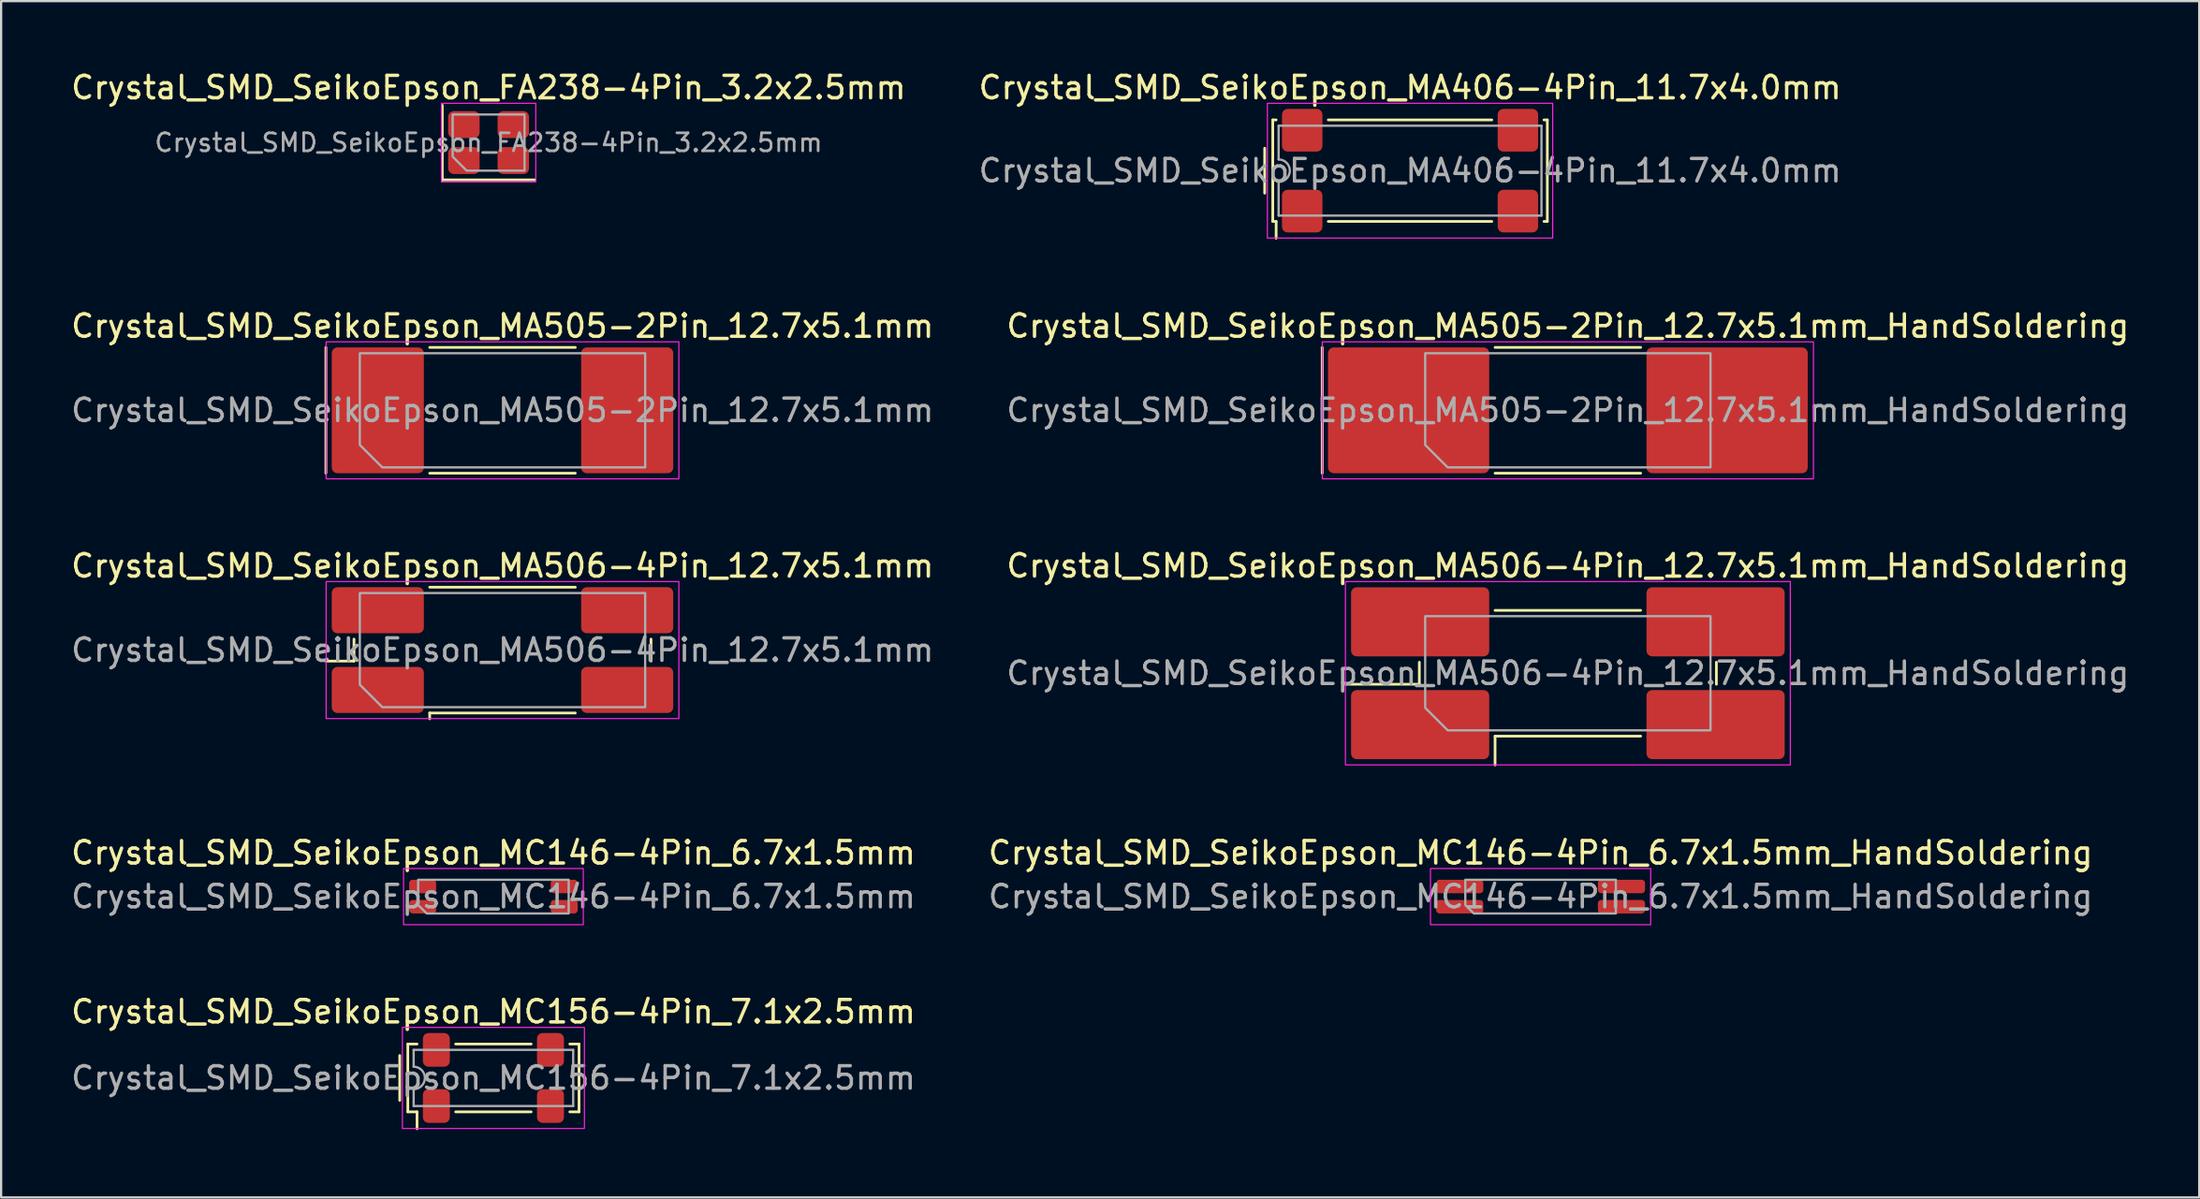
<source format=kicad_pcb>
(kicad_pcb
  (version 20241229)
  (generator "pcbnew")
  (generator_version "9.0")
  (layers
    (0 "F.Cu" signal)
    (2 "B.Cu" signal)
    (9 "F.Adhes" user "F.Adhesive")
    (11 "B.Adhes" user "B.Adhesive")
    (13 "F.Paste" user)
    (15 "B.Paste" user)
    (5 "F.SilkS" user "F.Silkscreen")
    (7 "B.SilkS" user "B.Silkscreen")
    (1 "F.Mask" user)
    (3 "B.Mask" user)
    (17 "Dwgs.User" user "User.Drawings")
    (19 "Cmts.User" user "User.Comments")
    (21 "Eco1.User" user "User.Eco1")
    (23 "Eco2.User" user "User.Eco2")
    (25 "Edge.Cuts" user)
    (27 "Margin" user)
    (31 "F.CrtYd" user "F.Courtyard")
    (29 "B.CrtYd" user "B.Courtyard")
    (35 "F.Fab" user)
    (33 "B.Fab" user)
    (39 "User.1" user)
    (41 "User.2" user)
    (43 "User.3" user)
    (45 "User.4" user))
  (footprint "Crystal_SMD_SeikoEpson_MA506-4Pin_12.7x5.1mm"
    (layer "F.Cu")
    (at 19.315 25.89)
    (property "Reference" "Crystal_SMD_SeikoEpson_MA506-4Pin_12.7x5.1mm" (at 0 -3.75 0) (layer "F.SilkS") (effects (font (size 1 1) (thickness 0.15))))
    (attr smd)
    (fp_line (start -7.86 0.49) (end -6.61 0.49) (stroke (width 0.12) (type solid)) (layer "F.SilkS"))
    (fp_line (start -6.61 0.49) (end -6.61 -0.49) (stroke (width 0.12) (type solid)) (layer "F.SilkS"))
    (fp_line (start -3.24 -2.8) (end 3.24 -2.8) (stroke (width 0.12) (type solid)) (layer "F.SilkS"))
    (fp_line (start -3.24 2.8) (end -3.24 3.06) (stroke (width 0.12) (type solid)) (layer "F.SilkS"))
    (fp_line (start 3.24 2.8) (end -3.24 2.8) (stroke (width 0.12) (type solid)) (layer "F.SilkS"))
    (fp_line (start 6.61 -0.49) (end 6.61 0.49) (stroke (width 0.12) (type solid)) (layer "F.SilkS"))
    (fp_rect (start -7.85 -3.05) (end 7.85 3.05) (stroke (width 0.05) (type solid)) (fill no) (layer "F.CrtYd"))
    (fp_poly (pts (xy -6.35 -2.54) (xy -6.35 1.54) (xy -5.35 2.54) (xy 6.35 2.54) (xy 6.35 -2.54)) (stroke (width 0.1) (type solid)) (fill no) (layer "F.Fab"))
    (fp_text user "${REFERENCE}" (at 0 0 0) (layer "F.Fab") (effects (font (size 1 1) (thickness 0.15))))
    (pad "1" smd roundrect (at -5.55 1.775) (size 4.1 2.05) (layers "F.Cu" "F.Mask" "F.Paste") (roundrect_rratio 0.122))
    (pad "2" smd roundrect (at 5.55 1.775) (size 4.1 2.05) (layers "F.Cu" "F.Mask" "F.Paste") (roundrect_rratio 0.122))
    (pad "3" smd roundrect (at 5.55 -1.775) (size 4.1 2.05) (layers "F.Cu" "F.Mask" "F.Paste") (roundrect_rratio 0.122))
    (pad "4" smd roundrect (at -5.55 -1.775) (size 4.1 2.05) (layers "F.Cu" "F.Mask" "F.Paste") (roundrect_rratio 0.122)))
  (footprint "Crystal_SMD_SeikoEpson_MC146-4Pin_6.7x1.5mm"
    (layer "F.Cu")
    (at 18.911 36.863)
    (property "Reference" "Crystal_SMD_SeikoEpson_MC146-4Pin_6.7x1.5mm" (at 0 -1.95 0) (layer "F.SilkS") (effects (font (size 1 1) (thickness 0.15))))
    (attr smd)
    (fp_rect (start -4 -1.25) (end 4 1.25) (stroke (width 0.05) (type solid)) (fill no) (layer "F.CrtYd"))
    (fp_poly (pts (xy -3.35 -0.75) (xy -3.35 0.375) (xy -2.975 0.75) (xy 3.35 0.75) (xy 3.35 -0.75)) (stroke (width 0.1) (type solid)) (fill no) (layer "F.Fab"))
    (fp_text user "${REFERENCE}" (at 0 0 0) (layer "F.Fab") (effects (font (size 1 1) (thickness 0.15))))
    (pad "1" smd roundrect (at -3.15 0.45) (size 1.2 0.6) (layers "F.Cu" "F.Mask" "F.Paste") (roundrect_rratio 0.25))
    (pad "2" smd roundrect (at 3.15 0.45) (size 1.2 0.6) (layers "F.Cu" "F.Mask" "F.Paste") (roundrect_rratio 0.25))
    (pad "3" smd roundrect (at 3.15 -0.45) (size 1.2 0.6) (layers "F.Cu" "F.Mask" "F.Paste") (roundrect_rratio 0.25))
    (pad "4" smd roundrect (at -3.15 -0.45) (size 1.2 0.6) (layers "F.Cu" "F.Mask" "F.Paste") (roundrect_rratio 0.25)))
  (footprint "Crystal_SMD_SeikoEpson_MA505-2Pin_12.7x5.1mm_HandSoldering"
    (layer "F.Cu")
    (at 66.732 15.216)
    (property "Reference" "Crystal_SMD_SeikoEpson_MA505-2Pin_12.7x5.1mm_HandSoldering" (at 0 -3.75 0) (layer "F.SilkS") (effects (font (size 1 1) (thickness 0.15))))
    (attr smd)
    (fp_line (start -10.935 -2.8) (end -10.935 2.8) (stroke (width 0.12) (type solid)) (layer "F.SilkS"))
    (fp_line (start -3.24 -2.8) (end 3.24 -2.8) (stroke (width 0.12) (type solid)) (layer "F.SilkS"))
    (fp_line (start -3.24 2.8) (end 3.24 2.8) (stroke (width 0.12) (type solid)) (layer "F.SilkS"))
    (fp_rect (start -10.93 -3.05) (end 10.93 3.05) (stroke (width 0.05) (type solid)) (fill no) (layer "F.CrtYd"))
    (fp_poly (pts (xy -6.35 -2.54) (xy -6.35 1.54) (xy -5.35 2.54) (xy 6.35 2.54) (xy 6.35 -2.54)) (stroke (width 0.1) (type solid)) (fill no) (layer "F.Fab"))
    (fp_text user "${REFERENCE}" (at 0 0 0) (layer "F.Fab") (effects (font (size 1 1) (thickness 0.15))))
    (pad "1" smd roundrect (at -7.088 0) (size 7.175 5.6) (layers "F.Cu" "F.Mask" "F.Paste") (roundrect_rratio 0.045))
    (pad "2" smd roundrect (at 7.088 0) (size 7.175 5.6) (layers "F.Cu" "F.Mask" "F.Paste") (roundrect_rratio 0.045)))
  (footprint "Crystal_SMD_SeikoEpson_MC156-4Pin_7.1x2.5mm"
    (layer "F.Cu")
    (at 18.911 44.936)
    (property "Reference" "Crystal_SMD_SeikoEpson_MC156-4Pin_7.1x2.5mm" (at 0 -2.95 0) (layer "F.SilkS") (effects (font (size 1 1) (thickness 0.15))))
    (attr smd)
    (fp_line (start -4.17 1) (end -4.17 -1) (stroke (width 0.12) (type solid)) (layer "F.SilkS"))
    (fp_line (start -3.81 -1.51) (end -3.4 -1.51) (stroke (width 0.12) (type solid)) (layer "F.SilkS"))
    (fp_line (start -3.81 1.51) (end -3.81 -1.51) (stroke (width 0.12) (type solid)) (layer "F.SilkS"))
    (fp_line (start -3.4 1.51) (end -3.81 1.51) (stroke (width 0.12) (type solid)) (layer "F.SilkS"))
    (fp_line (start -3.4 2.26) (end -3.4 1.51) (stroke (width 0.12) (type solid)) (layer "F.SilkS"))
    (fp_line (start -1.68 -1.51) (end 1.68 -1.51) (stroke (width 0.12) (type solid)) (layer "F.SilkS"))
    (fp_line (start 1.68 1.51) (end -1.68 1.51) (stroke (width 0.12) (type solid)) (layer "F.SilkS"))
    (fp_line (start 3.4 -1.51) (end 3.81 -1.51) (stroke (width 0.12) (type solid)) (layer "F.SilkS"))
    (fp_line (start 3.81 -1.51) (end 3.81 1.51) (stroke (width 0.12) (type solid)) (layer "F.SilkS"))
    (fp_line (start 3.81 1.51) (end 3.4 1.51) (stroke (width 0.12) (type solid)) (layer "F.SilkS"))
    (fp_rect (start -4.05 -2.25) (end 4.05 2.25) (stroke (width 0.05) (type solid)) (fill no) (layer "F.CrtYd"))
    (fp_line (start -3.55 -1.25) (end 3.55 -1.25) (stroke (width 0.1) (type solid)) (layer "F.Fab"))
    (fp_line (start -3.55 -0.5) (end -3.55 -1.25) (stroke (width 0.1) (type solid)) (layer "F.Fab"))
    (fp_line (start -3.55 1.25) (end -3.55 0.5) (stroke (width 0.1) (type solid)) (layer "F.Fab"))
    (fp_line (start 3.55 -1.25) (end 3.55 1.25) (stroke (width 0.1) (type solid)) (layer "F.Fab"))
    (fp_line (start 3.55 1.25) (end -3.55 1.25) (stroke (width 0.1) (type solid)) (layer "F.Fab"))
    (fp_arc (start -3.55 -0.5) (mid -3.05 0) (end -3.55 0.5) (stroke (width 0.1) (type solid)) (layer "F.Fab"))
    (fp_text user "${REFERENCE}" (at 0 0 0) (layer "F.Fab") (effects (font (size 1 1) (thickness 0.15))))
    (pad "1" smd roundrect (at -2.54 1.25) (size 1.2 1.5) (layers "F.Cu" "F.Mask" "F.Paste") (roundrect_rratio 0.208))
    (pad "2" smd roundrect (at 2.54 1.25) (size 1.2 1.5) (layers "F.Cu" "F.Mask" "F.Paste") (roundrect_rratio 0.208))
    (pad "3" smd roundrect (at 2.54 -1.25) (size 1.2 1.5) (layers "F.Cu" "F.Mask" "F.Paste") (roundrect_rratio 0.208))
    (pad "4" smd roundrect (at -2.54 -1.25) (size 1.2 1.5) (layers "F.Cu" "F.Mask" "F.Paste") (roundrect_rratio 0.208)))
  (footprint "Crystal_SMD_SeikoEpson_FA238-4Pin_3.2x2.5mm"
    (layer "F.Cu")
    (at 18.696 3.298)
    (property "Reference" "Crystal_SMD_SeikoEpson_FA238-4Pin_3.2x2.5mm" (at 0 -2.45 0) (layer "F.SilkS") (effects (font (size 1 1) (thickness 0.15))))
    (attr smd)
    (fp_line (start -2.06 -1.66) (end -2.06 1.66) (stroke (width 0.12) (type solid)) (layer "F.SilkS"))
    (fp_line (start -2.06 1.66) (end 2.06 1.66) (stroke (width 0.12) (type solid)) (layer "F.SilkS"))
    (fp_rect (start -2.1 -1.75) (end 2.1 1.75) (stroke (width 0.05) (type solid)) (fill no) (layer "F.CrtYd"))
    (fp_poly (pts (xy -1.6 -1.25) (xy -1.6 0.625) (xy -0.975 1.25) (xy 1.6 1.25) (xy 1.6 -1.25)) (stroke (width 0.1) (type solid)) (fill no) (layer "F.Fab"))
    (fp_text user "${REFERENCE}" (at 0 0 0) (layer "F.Fab") (effects (font (size 0.8 0.8) (thickness 0.12))))
    (pad "1" smd roundrect (at -1.1 0.8) (size 1.4 1.2) (layers "F.Cu" "F.Mask" "F.Paste") (roundrect_rratio 0.208))
    (pad "2" smd roundrect (at 1.1 0.8) (size 1.4 1.2) (layers "F.Cu" "F.Mask" "F.Paste") (roundrect_rratio 0.208))
    (pad "3" smd roundrect (at 1.1 -0.8) (size 1.4 1.2) (layers "F.Cu" "F.Mask" "F.Paste") (roundrect_rratio 0.208))
    (pad "4" smd roundrect (at -1.1 -0.8) (size 1.4 1.2) (layers "F.Cu" "F.Mask" "F.Paste") (roundrect_rratio 0.208)))
  (footprint "Crystal_SMD_SeikoEpson_MA506-4Pin_12.7x5.1mm_HandSoldering"
    (layer "F.Cu")
    (at 66.732 26.92)
    (property "Reference" "Crystal_SMD_SeikoEpson_MA506-4Pin_12.7x5.1mm_HandSoldering" (at 0 -4.78 0) (layer "F.SilkS") (effects (font (size 1 1) (thickness 0.15))))
    (attr smd)
    (fp_line (start -9.91 0.49) (end -6.61 0.49) (stroke (width 0.12) (type solid)) (layer "F.SilkS"))
    (fp_line (start -6.61 0.49) (end -6.61 -0.49) (stroke (width 0.12) (type solid)) (layer "F.SilkS"))
    (fp_line (start -3.24 -2.8) (end 3.24 -2.8) (stroke (width 0.12) (type solid)) (layer "F.SilkS"))
    (fp_line (start -3.24 2.8) (end -3.24 4.085) (stroke (width 0.12) (type solid)) (layer "F.SilkS"))
    (fp_line (start 3.24 2.8) (end -3.24 2.8) (stroke (width 0.12) (type solid)) (layer "F.SilkS"))
    (fp_line (start 6.61 -0.49) (end 6.61 0.49) (stroke (width 0.12) (type solid)) (layer "F.SilkS"))
    (fp_rect (start -9.9 -4.08) (end 9.9 4.08) (stroke (width 0.05) (type solid)) (fill no) (layer "F.CrtYd"))
    (fp_poly (pts (xy -6.35 -2.54) (xy -6.35 1.54) (xy -5.35 2.54) (xy 6.35 2.54) (xy 6.35 -2.54)) (stroke (width 0.1) (type solid)) (fill no) (layer "F.Fab"))
    (fp_text user "${REFERENCE}" (at 0 0 0) (layer "F.Fab") (effects (font (size 1 1) (thickness 0.15))))
    (pad "1" smd roundrect (at -6.575 2.288) (size 6.15 3.075) (layers "F.Cu" "F.Mask" "F.Paste") (roundrect_rratio 0.081))
    (pad "2" smd roundrect (at 6.575 2.288) (size 6.15 3.075) (layers "F.Cu" "F.Mask" "F.Paste") (roundrect_rratio 0.081))
    (pad "3" smd roundrect (at 6.575 -2.288) (size 6.15 3.075) (layers "F.Cu" "F.Mask" "F.Paste") (roundrect_rratio 0.081))
    (pad "4" smd roundrect (at -6.575 -2.288) (size 6.15 3.075) (layers "F.Cu" "F.Mask" "F.Paste") (roundrect_rratio 0.081)))
  (footprint "Crystal_SMD_SeikoEpson_MC146-4Pin_6.7x1.5mm_HandSoldering"
    (layer "F.Cu")
    (at 65.518 36.863)
    (property "Reference" "Crystal_SMD_SeikoEpson_MC146-4Pin_6.7x1.5mm_HandSoldering" (at 0 -1.95 0) (layer "F.SilkS") (effects (font (size 1 1) (thickness 0.15))))
    (attr smd)
    (fp_rect (start -4.9 -1.25) (end 4.9 1.25) (stroke (width 0.05) (type solid)) (fill no) (layer "F.CrtYd"))
    (fp_poly (pts (xy -3.35 -0.75) (xy -3.35 0.375) (xy -2.975 0.75) (xy 3.35 0.75) (xy 3.35 -0.75)) (stroke (width 0.1) (type solid)) (fill no) (layer "F.Fab"))
    (fp_text user "${REFERENCE}" (at 0 0 0) (layer "F.Fab") (effects (font (size 1 1) (thickness 0.15))))
    (pad "1" smd roundrect (at -3.6 0.45) (size 2.1 0.6) (layers "F.Cu" "F.Mask" "F.Paste") (roundrect_rratio 0.25))
    (pad "2" smd roundrect (at 3.6 0.45) (size 2.1 0.6) (layers "F.Cu" "F.Mask" "F.Paste") (roundrect_rratio 0.25))
    (pad "3" smd roundrect (at 3.6 -0.45) (size 2.1 0.6) (layers "F.Cu" "F.Mask" "F.Paste") (roundrect_rratio 0.25))
    (pad "4" smd roundrect (at -3.6 -0.45) (size 2.1 0.6) (layers "F.Cu" "F.Mask" "F.Paste") (roundrect_rratio 0.25)))
  (footprint "Crystal_SMD_SeikoEpson_MA406-4Pin_11.7x4.0mm"
    (layer "F.Cu")
    (at 59.708 4.548)
    (property "Reference" "Crystal_SMD_SeikoEpson_MA406-4Pin_11.7x4.0mm" (at 0 -3.7 0) (layer "F.SilkS") (effects (font (size 1 1) (thickness 0.15))))
    (attr smd)
    (fp_line (start -6.47 1) (end -6.47 -1) (stroke (width 0.12) (type solid)) (layer "F.SilkS"))
    (fp_line (start -6.11 -2.26) (end -5.96 -2.26) (stroke (width 0.12) (type solid)) (layer "F.SilkS"))
    (fp_line (start -6.11 2.26) (end -6.11 -2.26) (stroke (width 0.12) (type solid)) (layer "F.SilkS"))
    (fp_line (start -5.96 2.26) (end -6.11 2.26) (stroke (width 0.12) (type solid)) (layer "F.SilkS"))
    (fp_line (start -5.96 3.01) (end -5.96 2.26) (stroke (width 0.12) (type solid)) (layer "F.SilkS"))
    (fp_line (start -3.64 -2.26) (end 3.64 -2.26) (stroke (width 0.12) (type solid)) (layer "F.SilkS"))
    (fp_line (start 3.64 2.26) (end -3.64 2.26) (stroke (width 0.12) (type solid)) (layer "F.SilkS"))
    (fp_line (start 5.96 -2.26) (end 6.11 -2.26) (stroke (width 0.12) (type solid)) (layer "F.SilkS"))
    (fp_line (start 6.11 -2.26) (end 6.11 2.26) (stroke (width 0.12) (type solid)) (layer "F.SilkS"))
    (fp_line (start 6.11 2.26) (end 5.96 2.26) (stroke (width 0.12) (type solid)) (layer "F.SilkS"))
    (fp_rect (start -6.35 -3) (end 6.35 3) (stroke (width 0.05) (type solid)) (fill no) (layer "F.CrtYd"))
    (fp_line (start -5.85 -2) (end 5.85 -2) (stroke (width 0.1) (type solid)) (layer "F.Fab"))
    (fp_line (start -5.85 -0.5) (end -5.85 -2) (stroke (width 0.1) (type solid)) (layer "F.Fab"))
    (fp_line (start -5.85 2) (end -5.85 0.5) (stroke (width 0.1) (type solid)) (layer "F.Fab"))
    (fp_line (start 5.85 -2) (end 5.85 2) (stroke (width 0.1) (type solid)) (layer "F.Fab"))
    (fp_line (start 5.85 2) (end -5.85 2) (stroke (width 0.1) (type solid)) (layer "F.Fab"))
    (fp_arc (start -5.85 -0.5) (mid -5.35 0) (end -5.85 0.5) (stroke (width 0.1) (type solid)) (layer "F.Fab"))
    (fp_text user "${REFERENCE}" (at 0 0 0) (layer "F.Fab") (effects (font (size 1 1) (thickness 0.15))))
    (pad "1" smd roundrect (at -4.8 1.8) (size 1.8 1.9) (layers "F.Cu" "F.Mask" "F.Paste") (roundrect_rratio 0.139))
    (pad "2" smd roundrect (at 4.8 1.8) (size 1.8 1.9) (layers "F.Cu" "F.Mask" "F.Paste") (roundrect_rratio 0.139))
    (pad "3" smd roundrect (at 4.8 -1.8) (size 1.8 1.9) (layers "F.Cu" "F.Mask" "F.Paste") (roundrect_rratio 0.139))
    (pad "4" smd roundrect (at -4.8 -1.8) (size 1.8 1.9) (layers "F.Cu" "F.Mask" "F.Paste") (roundrect_rratio 0.139)))
  (footprint "Crystal_SMD_SeikoEpson_MA505-2Pin_12.7x5.1mm"
    (layer "F.Cu")
    (at 19.315 15.216)
    (property "Reference" "Crystal_SMD_SeikoEpson_MA505-2Pin_12.7x5.1mm" (at 0 -3.75 0) (layer "F.SilkS") (effects (font (size 1 1) (thickness 0.15))))
    (attr smd)
    (fp_line (start -7.86 -2.8) (end -7.86 2.8) (stroke (width 0.12) (type solid)) (layer "F.SilkS"))
    (fp_line (start -3.24 -2.8) (end 3.24 -2.8) (stroke (width 0.12) (type solid)) (layer "F.SilkS"))
    (fp_line (start -3.24 2.8) (end 3.24 2.8) (stroke (width 0.12) (type solid)) (layer "F.SilkS"))
    (fp_rect (start -7.85 -3.05) (end 7.85 3.05) (stroke (width 0.05) (type solid)) (fill no) (layer "F.CrtYd"))
    (fp_poly (pts (xy -6.35 -2.54) (xy -6.35 1.54) (xy -5.35 2.54) (xy 6.35 2.54) (xy 6.35 -2.54)) (stroke (width 0.1) (type solid)) (fill no) (layer "F.Fab"))
    (fp_text user "${REFERENCE}" (at 0 0 0) (layer "F.Fab") (effects (font (size 1 1) (thickness 0.15))))
    (pad "1" smd roundrect (at -5.55 0) (size 4.1 5.6) (layers "F.Cu" "F.Mask" "F.Paste") (roundrect_rratio 0.061))
    (pad "2" smd roundrect (at 5.55 0) (size 4.1 5.6) (layers "F.Cu" "F.Mask" "F.Paste") (roundrect_rratio 0.061)))
  (gr_rect
    (start -3 -3)
    (end 94.833 50.256)
    (stroke (width 0.1) (type default))
    (fill no)
    (layer "Edge.Cuts")))
</source>
